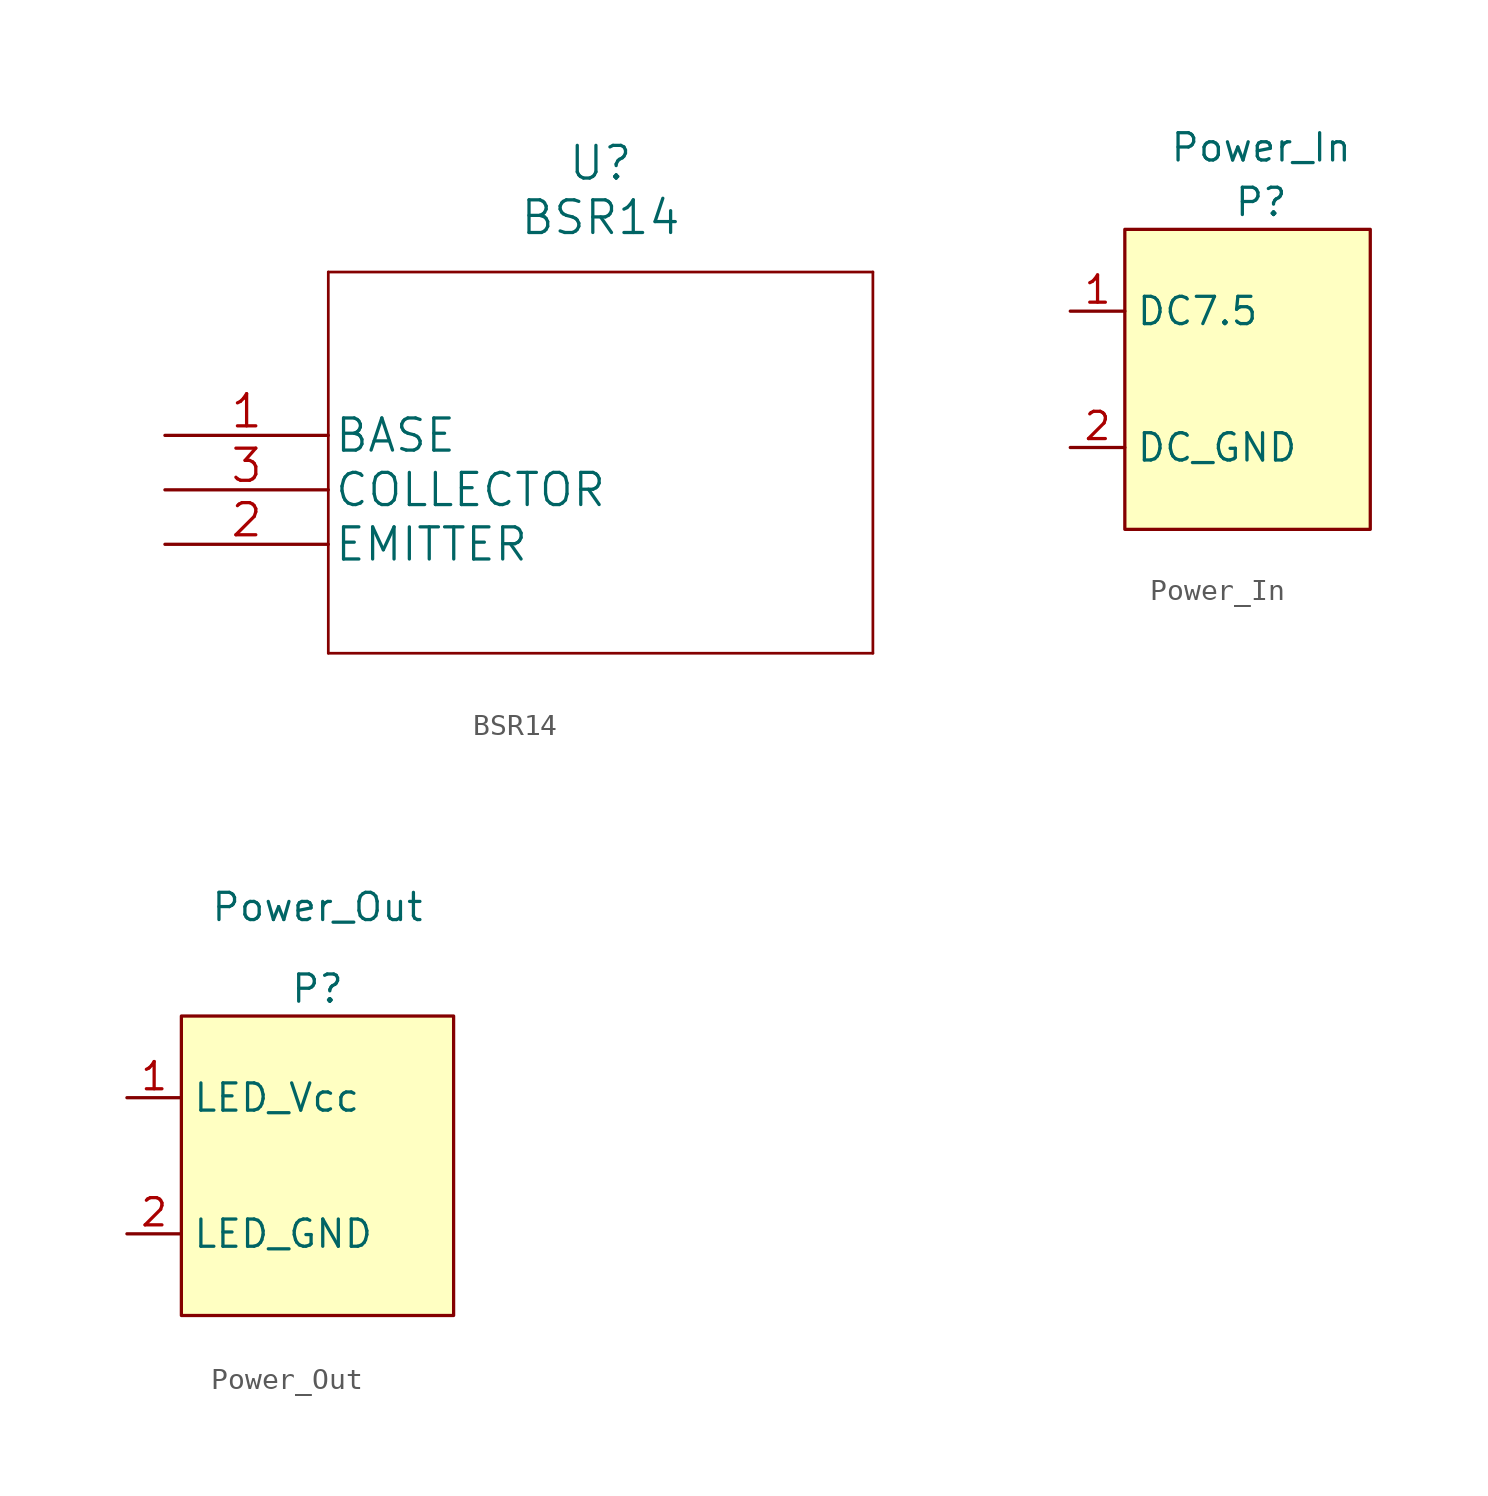
<source format=kicad_sym>
(kicad_symbol_lib
  (version 20211014)
  (generator kicad_symbol_editor)
  (symbol "BSR14"
    (pin_names
      (offset 0.254))
    (property "Reference" "U"
      (at 20.32 12.7 0)
      (effects (font (size 1.524 1.524))))
    (property "Value" "BSR14"
      (at 20.32 10.16 0)
      (effects (font (size 1.524 1.524))))
    (property "Datasheet" ""
      (at 0 0 0)
      (effects (font (size 1.524 1.524))))
    (property "ki_locked" ""
      (at 0 0 0)
      (effects (font (size 1.27 1.27))))
    (symbol "BSR14_1_1"
      (polyline (pts (xy 7.62 -10.16) (xy 33.02 -10.16)) (stroke (width 0.127) (type default) (color 0 0 0 0)) (fill (type none)))
      (polyline (pts (xy 7.62 7.62) (xy 7.62 -10.16)) (stroke (width 0.127) (type default) (color 0 0 0 0)) (fill (type none)))
      (polyline (pts (xy 33.02 -10.16) (xy 33.02 7.62)) (stroke (width 0.127) (type default) (color 0 0 0 0)) (fill (type none)))
      (polyline (pts (xy 33.02 7.62) (xy 7.62 7.62)) (stroke (width 0.127) (type default) (color 0 0 0 0)) (fill (type none)))
      (pin unspecified line (at 0 0 0) (length 7.62) (name "BASE" (effects (font (size 1.499 1.499)))) (number "1" (effects (font (size 1.499 1.499)))))
      (pin unspecified line (at 0 -5.08 0) (length 7.62) (name "EMITTER" (effects (font (size 1.499 1.499)))) (number "2" (effects (font (size 1.499 1.499)))))
      (pin unspecified line (at 0 -2.54 0) (length 7.62) (name "COLLECTOR" (effects (font (size 1.499 1.499)))) (number "3" (effects (font (size 1.499 1.499)))))))
  (symbol "Power_In"
    (property "Reference" "P"
      (at 6.35 1.27 0)
      (effects (font (size 1.27 1.27))))
    (property "Value" "Power_In"
      (at 6.35 3.81 0)
      (effects (font (size 1.27 1.27))))
    (symbol "Power_In_0_1"
      (rectangle (start 0 0) (end 11.43 -13.97) (stroke (width 0.152) (type default) (color 0 0 0 0)) (fill (type background))))
    (symbol "Power_In_1_1"
      (pin power_in line (at -2.54 -3.81 0) (length 2.54) (name "DC7.5" (effects (font (size 1.27 1.27)))) (number "1" (effects (font (size 1.27 1.27)))))
      (pin power_in line (at -2.54 -10.16 0) (length 2.54) (name "DC_GND" (effects (font (size 1.27 1.27)))) (number "2" (effects (font (size 1.27 1.27)))))))
  (symbol "Power_Out"
    (property "Reference" "P"
      (at 6.35 1.27 0)
      (effects (font (size 1.27 1.27))))
    (property "Value" "Power_Out"
      (at 6.35 5.08 0)
      (effects (font (size 1.27 1.27))))
    (symbol "Power_Out_0_1"
      (rectangle (start 0 0) (end 12.7 -13.97) (stroke (width 0.152) (type default) (color 0 0 0 0)) (fill (type background))))
    (symbol "Power_Out_1_1"
      (pin power_out line (at -2.54 -3.81 0) (length 2.54) (name "LED_Vcc" (effects (font (size 1.27 1.27)))) (number "1" (effects (font (size 1.27 1.27)))))
      (pin power_out line (at -2.54 -10.16 0) (length 2.54) (name "LED_GND" (effects (font (size 1.27 1.27)))) (number "2" (effects (font (size 1.27 1.27))))))))
</source>
